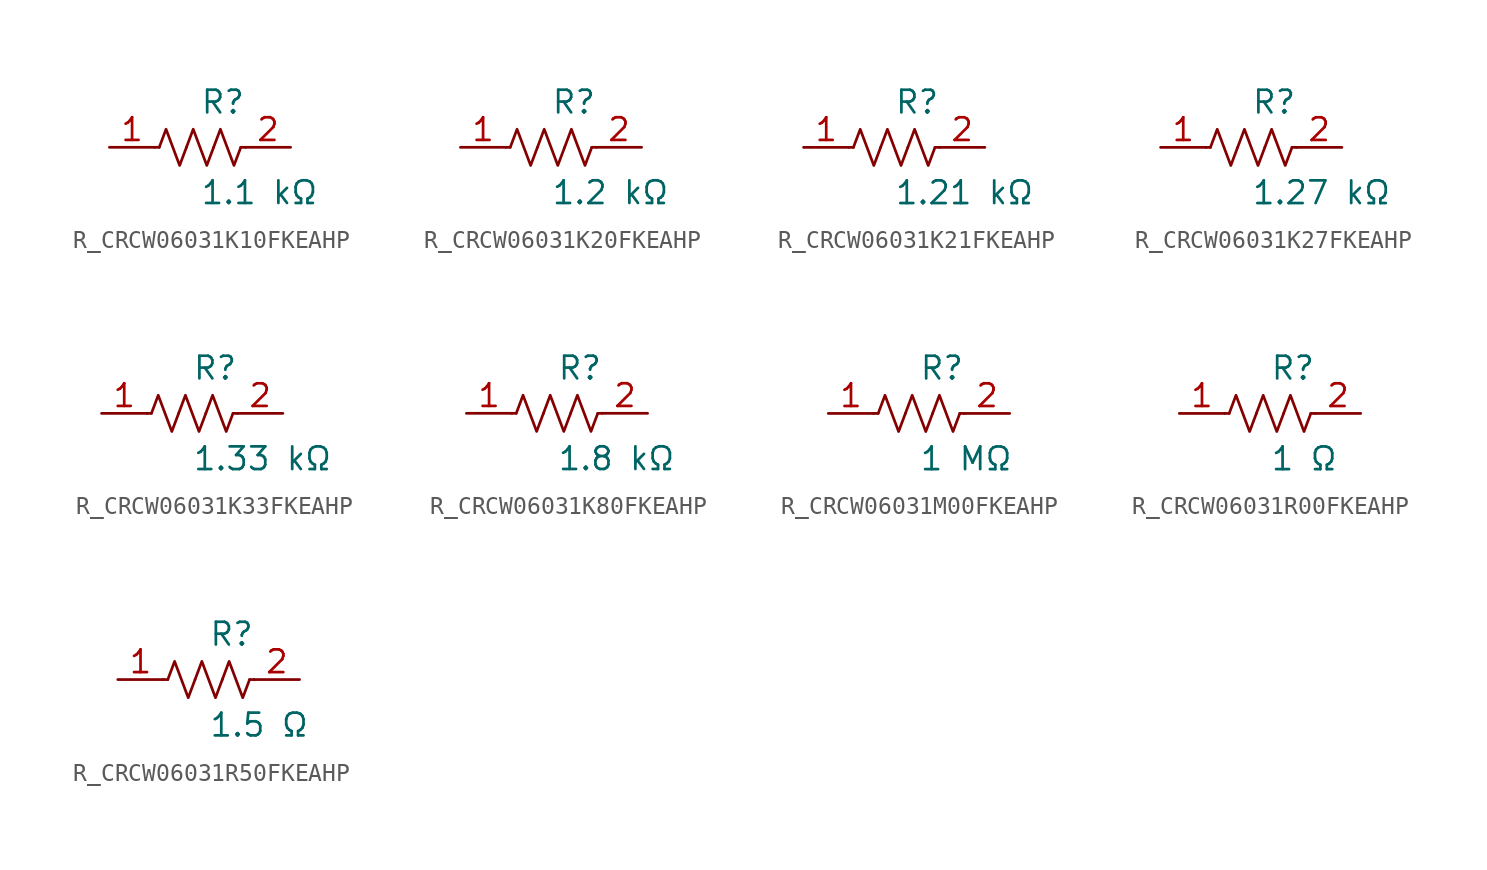
<source format=kicad_sym>
(kicad_symbol_lib
  (version 20231120)
  (generator kicad_symbol_editor)
  (generator_version 8.0)
  (symbol "R_CRCW06031K10FKEAHP"
    (pin_names
      (offset 0.254))
    (property "Reference" "R"
      (at 0.0 2.54 0)
      (effects (font (size 1.27 1.27)) (justify left)))
    (property "Value" "1.1 kΩ"
      (at 0.0 -2.54 0)
      (effects (font (size 1.27 1.27)) (justify left)))
    (symbol "R_CRCW06031K10FKEAHP_0_1"
      (polyline (pts (xy 2.286 0) (xy 2.54 0)) (stroke (width 0) (type default)) (fill (type none)))
      (polyline (pts (xy -2.286 0) (xy -2.54 0)) (stroke (width 0) (type default)) (fill (type none)))
      (polyline (pts (xy 0.762 0) (xy 1.143 1.016) (xy 1.524 0) (xy 1.905 -1.016) (xy 2.286 0)) (stroke (width 0) (type default)) (fill (type none)))
      (polyline (pts (xy -0.762 0) (xy -0.381 1.016) (xy 0 0) (xy 0.381 -1.016) (xy 0.762 0)) (stroke (width 0) (type default)) (fill (type none)))
      (polyline (pts (xy -2.286 0) (xy -1.905 1.016) (xy -1.524 0) (xy -1.143 -1.016) (xy -0.762 0)) (stroke (width 0) (type default)) (fill (type none))))
    (pin unspecified line
      (at -5.08 0 0)
      (length 2.54)
      (name "" (effects (font (size 1.27 1.27))))
      (number "1" (effects (font (size 1.27 1.27)))))
    (pin unspecified line
      (at 5.08 0 180)
      (length 2.54)
      (name "" (effects (font (size 1.27 1.27))))
      (number "2" (effects (font (size 1.27 1.27))))))
  (symbol "R_CRCW06031K20FKEAHP"
    (pin_names
      (offset 0.254))
    (property "Reference" "R"
      (at 0.0 2.54 0)
      (effects (font (size 1.27 1.27)) (justify left)))
    (property "Value" "1.2 kΩ"
      (at 0.0 -2.54 0)
      (effects (font (size 1.27 1.27)) (justify left)))
    (symbol "R_CRCW06031K20FKEAHP_0_1"
      (polyline (pts (xy 2.286 0) (xy 2.54 0)) (stroke (width 0) (type default)) (fill (type none)))
      (polyline (pts (xy -2.286 0) (xy -2.54 0)) (stroke (width 0) (type default)) (fill (type none)))
      (polyline (pts (xy 0.762 0) (xy 1.143 1.016) (xy 1.524 0) (xy 1.905 -1.016) (xy 2.286 0)) (stroke (width 0) (type default)) (fill (type none)))
      (polyline (pts (xy -0.762 0) (xy -0.381 1.016) (xy 0 0) (xy 0.381 -1.016) (xy 0.762 0)) (stroke (width 0) (type default)) (fill (type none)))
      (polyline (pts (xy -2.286 0) (xy -1.905 1.016) (xy -1.524 0) (xy -1.143 -1.016) (xy -0.762 0)) (stroke (width 0) (type default)) (fill (type none))))
    (pin unspecified line
      (at -5.08 0 0)
      (length 2.54)
      (name "" (effects (font (size 1.27 1.27))))
      (number "1" (effects (font (size 1.27 1.27)))))
    (pin unspecified line
      (at 5.08 0 180)
      (length 2.54)
      (name "" (effects (font (size 1.27 1.27))))
      (number "2" (effects (font (size 1.27 1.27))))))
  (symbol "R_CRCW06031K21FKEAHP"
    (pin_names
      (offset 0.254))
    (property "Reference" "R"
      (at 0.0 2.54 0)
      (effects (font (size 1.27 1.27)) (justify left)))
    (property "Value" "1.21 kΩ"
      (at 0.0 -2.54 0)
      (effects (font (size 1.27 1.27)) (justify left)))
    (symbol "R_CRCW06031K21FKEAHP_0_1"
      (polyline (pts (xy 2.286 0) (xy 2.54 0)) (stroke (width 0) (type default)) (fill (type none)))
      (polyline (pts (xy -2.286 0) (xy -2.54 0)) (stroke (width 0) (type default)) (fill (type none)))
      (polyline (pts (xy 0.762 0) (xy 1.143 1.016) (xy 1.524 0) (xy 1.905 -1.016) (xy 2.286 0)) (stroke (width 0) (type default)) (fill (type none)))
      (polyline (pts (xy -0.762 0) (xy -0.381 1.016) (xy 0 0) (xy 0.381 -1.016) (xy 0.762 0)) (stroke (width 0) (type default)) (fill (type none)))
      (polyline (pts (xy -2.286 0) (xy -1.905 1.016) (xy -1.524 0) (xy -1.143 -1.016) (xy -0.762 0)) (stroke (width 0) (type default)) (fill (type none))))
    (pin unspecified line
      (at -5.08 0 0)
      (length 2.54)
      (name "" (effects (font (size 1.27 1.27))))
      (number "1" (effects (font (size 1.27 1.27)))))
    (pin unspecified line
      (at 5.08 0 180)
      (length 2.54)
      (name "" (effects (font (size 1.27 1.27))))
      (number "2" (effects (font (size 1.27 1.27))))))
  (symbol "R_CRCW06031K27FKEAHP"
    (pin_names
      (offset 0.254))
    (property "Reference" "R"
      (at 0.0 2.54 0)
      (effects (font (size 1.27 1.27)) (justify left)))
    (property "Value" "1.27 kΩ"
      (at 0.0 -2.54 0)
      (effects (font (size 1.27 1.27)) (justify left)))
    (symbol "R_CRCW06031K27FKEAHP_0_1"
      (polyline (pts (xy 2.286 0) (xy 2.54 0)) (stroke (width 0) (type default)) (fill (type none)))
      (polyline (pts (xy -2.286 0) (xy -2.54 0)) (stroke (width 0) (type default)) (fill (type none)))
      (polyline (pts (xy 0.762 0) (xy 1.143 1.016) (xy 1.524 0) (xy 1.905 -1.016) (xy 2.286 0)) (stroke (width 0) (type default)) (fill (type none)))
      (polyline (pts (xy -0.762 0) (xy -0.381 1.016) (xy 0 0) (xy 0.381 -1.016) (xy 0.762 0)) (stroke (width 0) (type default)) (fill (type none)))
      (polyline (pts (xy -2.286 0) (xy -1.905 1.016) (xy -1.524 0) (xy -1.143 -1.016) (xy -0.762 0)) (stroke (width 0) (type default)) (fill (type none))))
    (pin unspecified line
      (at -5.08 0 0)
      (length 2.54)
      (name "" (effects (font (size 1.27 1.27))))
      (number "1" (effects (font (size 1.27 1.27)))))
    (pin unspecified line
      (at 5.08 0 180)
      (length 2.54)
      (name "" (effects (font (size 1.27 1.27))))
      (number "2" (effects (font (size 1.27 1.27))))))
  (symbol "R_CRCW06031K33FKEAHP"
    (pin_names
      (offset 0.254))
    (property "Reference" "R"
      (at 0.0 2.54 0)
      (effects (font (size 1.27 1.27)) (justify left)))
    (property "Value" "1.33 kΩ"
      (at 0.0 -2.54 0)
      (effects (font (size 1.27 1.27)) (justify left)))
    (symbol "R_CRCW06031K33FKEAHP_0_1"
      (polyline (pts (xy 2.286 0) (xy 2.54 0)) (stroke (width 0) (type default)) (fill (type none)))
      (polyline (pts (xy -2.286 0) (xy -2.54 0)) (stroke (width 0) (type default)) (fill (type none)))
      (polyline (pts (xy 0.762 0) (xy 1.143 1.016) (xy 1.524 0) (xy 1.905 -1.016) (xy 2.286 0)) (stroke (width 0) (type default)) (fill (type none)))
      (polyline (pts (xy -0.762 0) (xy -0.381 1.016) (xy 0 0) (xy 0.381 -1.016) (xy 0.762 0)) (stroke (width 0) (type default)) (fill (type none)))
      (polyline (pts (xy -2.286 0) (xy -1.905 1.016) (xy -1.524 0) (xy -1.143 -1.016) (xy -0.762 0)) (stroke (width 0) (type default)) (fill (type none))))
    (pin unspecified line
      (at -5.08 0 0)
      (length 2.54)
      (name "" (effects (font (size 1.27 1.27))))
      (number "1" (effects (font (size 1.27 1.27)))))
    (pin unspecified line
      (at 5.08 0 180)
      (length 2.54)
      (name "" (effects (font (size 1.27 1.27))))
      (number "2" (effects (font (size 1.27 1.27))))))
  (symbol "R_CRCW06031K80FKEAHP"
    (pin_names
      (offset 0.254))
    (property "Reference" "R"
      (at 0.0 2.54 0)
      (effects (font (size 1.27 1.27)) (justify left)))
    (property "Value" "1.8 kΩ"
      (at 0.0 -2.54 0)
      (effects (font (size 1.27 1.27)) (justify left)))
    (symbol "R_CRCW06031K80FKEAHP_0_1"
      (polyline (pts (xy 2.286 0) (xy 2.54 0)) (stroke (width 0) (type default)) (fill (type none)))
      (polyline (pts (xy -2.286 0) (xy -2.54 0)) (stroke (width 0) (type default)) (fill (type none)))
      (polyline (pts (xy 0.762 0) (xy 1.143 1.016) (xy 1.524 0) (xy 1.905 -1.016) (xy 2.286 0)) (stroke (width 0) (type default)) (fill (type none)))
      (polyline (pts (xy -0.762 0) (xy -0.381 1.016) (xy 0 0) (xy 0.381 -1.016) (xy 0.762 0)) (stroke (width 0) (type default)) (fill (type none)))
      (polyline (pts (xy -2.286 0) (xy -1.905 1.016) (xy -1.524 0) (xy -1.143 -1.016) (xy -0.762 0)) (stroke (width 0) (type default)) (fill (type none))))
    (pin unspecified line
      (at -5.08 0 0)
      (length 2.54)
      (name "" (effects (font (size 1.27 1.27))))
      (number "1" (effects (font (size 1.27 1.27)))))
    (pin unspecified line
      (at 5.08 0 180)
      (length 2.54)
      (name "" (effects (font (size 1.27 1.27))))
      (number "2" (effects (font (size 1.27 1.27))))))
  (symbol "R_CRCW06031M00FKEAHP"
    (pin_names
      (offset 0.254))
    (property "Reference" "R"
      (at 0.0 2.54 0)
      (effects (font (size 1.27 1.27)) (justify left)))
    (property "Value" "1 MΩ"
      (at 0.0 -2.54 0)
      (effects (font (size 1.27 1.27)) (justify left)))
    (symbol "R_CRCW06031M00FKEAHP_0_1"
      (polyline (pts (xy 2.286 0) (xy 2.54 0)) (stroke (width 0) (type default)) (fill (type none)))
      (polyline (pts (xy -2.286 0) (xy -2.54 0)) (stroke (width 0) (type default)) (fill (type none)))
      (polyline (pts (xy 0.762 0) (xy 1.143 1.016) (xy 1.524 0) (xy 1.905 -1.016) (xy 2.286 0)) (stroke (width 0) (type default)) (fill (type none)))
      (polyline (pts (xy -0.762 0) (xy -0.381 1.016) (xy 0 0) (xy 0.381 -1.016) (xy 0.762 0)) (stroke (width 0) (type default)) (fill (type none)))
      (polyline (pts (xy -2.286 0) (xy -1.905 1.016) (xy -1.524 0) (xy -1.143 -1.016) (xy -0.762 0)) (stroke (width 0) (type default)) (fill (type none))))
    (pin unspecified line
      (at -5.08 0 0)
      (length 2.54)
      (name "" (effects (font (size 1.27 1.27))))
      (number "1" (effects (font (size 1.27 1.27)))))
    (pin unspecified line
      (at 5.08 0 180)
      (length 2.54)
      (name "" (effects (font (size 1.27 1.27))))
      (number "2" (effects (font (size 1.27 1.27))))))
  (symbol "R_CRCW06031R00FKEAHP"
    (pin_names
      (offset 0.254))
    (property "Reference" "R"
      (at 0.0 2.54 0)
      (effects (font (size 1.27 1.27)) (justify left)))
    (property "Value" "1 Ω"
      (at 0.0 -2.54 0)
      (effects (font (size 1.27 1.27)) (justify left)))
    (symbol "R_CRCW06031R00FKEAHP_0_1"
      (polyline (pts (xy 2.286 0) (xy 2.54 0)) (stroke (width 0) (type default)) (fill (type none)))
      (polyline (pts (xy -2.286 0) (xy -2.54 0)) (stroke (width 0) (type default)) (fill (type none)))
      (polyline (pts (xy 0.762 0) (xy 1.143 1.016) (xy 1.524 0) (xy 1.905 -1.016) (xy 2.286 0)) (stroke (width 0) (type default)) (fill (type none)))
      (polyline (pts (xy -0.762 0) (xy -0.381 1.016) (xy 0 0) (xy 0.381 -1.016) (xy 0.762 0)) (stroke (width 0) (type default)) (fill (type none)))
      (polyline (pts (xy -2.286 0) (xy -1.905 1.016) (xy -1.524 0) (xy -1.143 -1.016) (xy -0.762 0)) (stroke (width 0) (type default)) (fill (type none))))
    (pin unspecified line
      (at -5.08 0 0)
      (length 2.54)
      (name "" (effects (font (size 1.27 1.27))))
      (number "1" (effects (font (size 1.27 1.27)))))
    (pin unspecified line
      (at 5.08 0 180)
      (length 2.54)
      (name "" (effects (font (size 1.27 1.27))))
      (number "2" (effects (font (size 1.27 1.27))))))
  (symbol "R_CRCW06031R50FKEAHP"
    (pin_names
      (offset 0.254))
    (property "Reference" "R"
      (at 0.0 2.54 0)
      (effects (font (size 1.27 1.27)) (justify left)))
    (property "Value" "1.5 Ω"
      (at 0.0 -2.54 0)
      (effects (font (size 1.27 1.27)) (justify left)))
    (symbol "R_CRCW06031R50FKEAHP_0_1"
      (polyline (pts (xy 2.286 0) (xy 2.54 0)) (stroke (width 0) (type default)) (fill (type none)))
      (polyline (pts (xy -2.286 0) (xy -2.54 0)) (stroke (width 0) (type default)) (fill (type none)))
      (polyline (pts (xy 0.762 0) (xy 1.143 1.016) (xy 1.524 0) (xy 1.905 -1.016) (xy 2.286 0)) (stroke (width 0) (type default)) (fill (type none)))
      (polyline (pts (xy -0.762 0) (xy -0.381 1.016) (xy 0 0) (xy 0.381 -1.016) (xy 0.762 0)) (stroke (width 0) (type default)) (fill (type none)))
      (polyline (pts (xy -2.286 0) (xy -1.905 1.016) (xy -1.524 0) (xy -1.143 -1.016) (xy -0.762 0)) (stroke (width 0) (type default)) (fill (type none))))
    (pin unspecified line
      (at -5.08 0 0)
      (length 2.54)
      (name "" (effects (font (size 1.27 1.27))))
      (number "1" (effects (font (size 1.27 1.27)))))
    (pin unspecified line
      (at 5.08 0 180)
      (length 2.54)
      (name "" (effects (font (size 1.27 1.27))))
      (number "2" (effects (font (size 1.27 1.27)))))))
</source>
